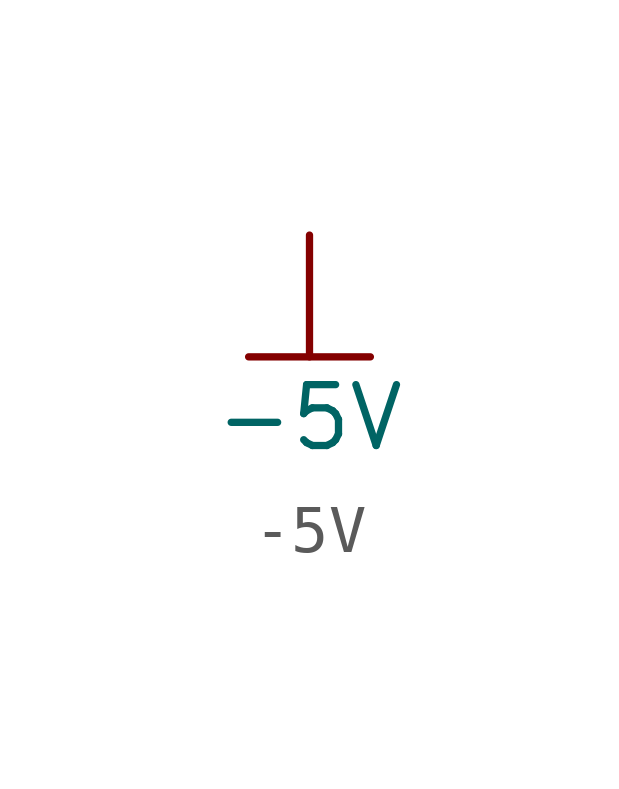
<source format=kicad_sym>
(kicad_symbol_lib
  (version 20211014)
  (generator kicad_symbol_editor)
  (symbol "-5V"
    (power)
    (pin_names
      (offset 0))
    (property "Reference" "#PWR"
      (at 0 3.81 0)
      (effects (font (size 1.27 1.27)) hide))
    (property "Value" "-5V"
      (at 0 -3.81 0)
      (effects (font (size 1.27 1.27))))
    (symbol "-5V_0_1"
      (polyline (pts (xy 0 0) (xy 0 -2.54)) (stroke (width 0) (type default) (color 0 0 0 0)) (fill (type none)))
      (polyline (pts (xy 1.27 -2.54) (xy -1.27 -2.54)) (stroke (width 0) (type default) (color 0 0 0 0)) (fill (type none))))
    (symbol "-5V_1_1"
      (pin power_in line (at 0 0 270) (length 0) hide (name "+5V" (effects (font (size 1.27 1.27)))) (number "1" (effects (font (size 1.27 1.27))))))))
</source>
